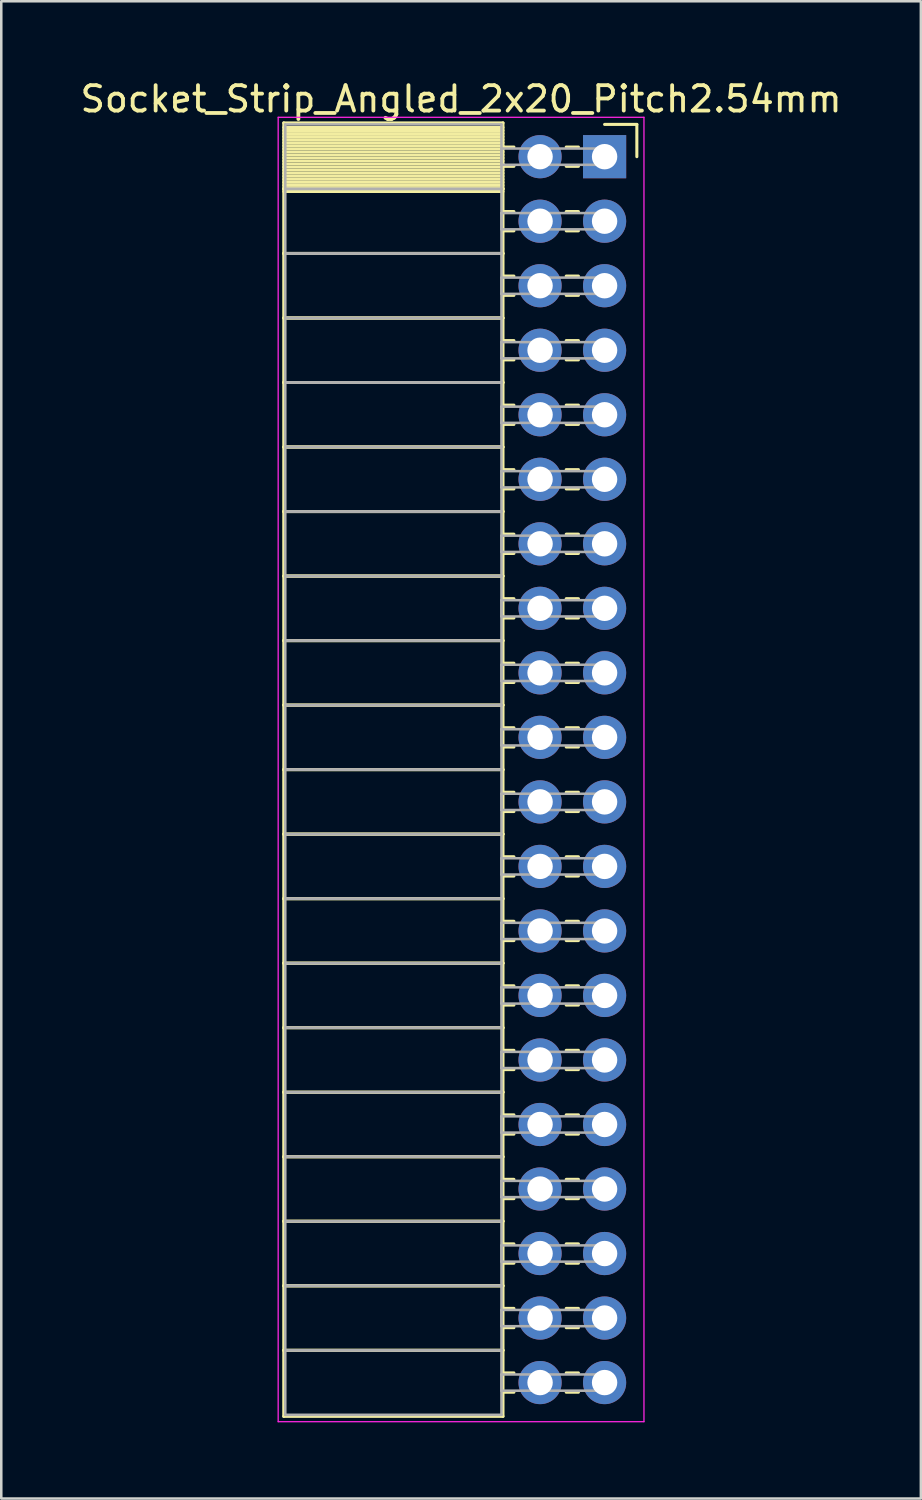
<source format=kicad_pcb>
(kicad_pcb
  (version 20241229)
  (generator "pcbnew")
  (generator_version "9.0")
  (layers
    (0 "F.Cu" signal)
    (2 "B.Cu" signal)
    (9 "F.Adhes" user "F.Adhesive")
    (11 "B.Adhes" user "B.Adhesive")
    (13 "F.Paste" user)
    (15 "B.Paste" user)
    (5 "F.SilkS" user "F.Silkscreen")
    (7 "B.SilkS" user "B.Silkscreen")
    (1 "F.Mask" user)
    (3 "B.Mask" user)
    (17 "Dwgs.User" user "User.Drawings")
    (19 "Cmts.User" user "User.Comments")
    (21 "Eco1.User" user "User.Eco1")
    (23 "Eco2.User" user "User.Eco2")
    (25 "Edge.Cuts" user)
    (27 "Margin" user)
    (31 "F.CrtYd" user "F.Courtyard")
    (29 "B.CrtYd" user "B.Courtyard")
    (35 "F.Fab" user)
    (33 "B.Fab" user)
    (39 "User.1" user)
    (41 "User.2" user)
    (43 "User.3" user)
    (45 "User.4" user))
  (footprint "Socket_Strip_Angled_2x20_Pitch2.54mm"
    (layer "F.Cu")
    (at 20.751 3.118)
    (property "Reference" "Socket_Strip_Angled_2x20_Pitch2.54mm" (at -5.65 -2.27 0) (layer "F.SilkS") (effects (font (size 1 1) (thickness 0.15))))
    (attr through_hole)
    (fp_line (start -12.63 -1.33) (end -4 -1.33) (stroke (width 0.12) (type solid)) (layer "F.SilkS"))
    (fp_line (start -12.63 1.27) (end -12.63 -1.33) (stroke (width 0.12) (type solid)) (layer "F.SilkS"))
    (fp_line (start -12.63 1.27) (end -4 1.27) (stroke (width 0.12) (type solid)) (layer "F.SilkS"))
    (fp_line (start -12.63 3.81) (end -12.63 1.27) (stroke (width 0.12) (type solid)) (layer "F.SilkS"))
    (fp_line (start -12.63 3.81) (end -4 3.81) (stroke (width 0.12) (type solid)) (layer "F.SilkS"))
    (fp_line (start -12.63 6.35) (end -12.63 3.81) (stroke (width 0.12) (type solid)) (layer "F.SilkS"))
    (fp_line (start -12.63 6.35) (end -4 6.35) (stroke (width 0.12) (type solid)) (layer "F.SilkS"))
    (fp_line (start -12.63 8.89) (end -12.63 6.35) (stroke (width 0.12) (type solid)) (layer "F.SilkS"))
    (fp_line (start -12.63 8.89) (end -4 8.89) (stroke (width 0.12) (type solid)) (layer "F.SilkS"))
    (fp_line (start -12.63 11.43) (end -12.63 8.89) (stroke (width 0.12) (type solid)) (layer "F.SilkS"))
    (fp_line (start -12.63 11.43) (end -4 11.43) (stroke (width 0.12) (type solid)) (layer "F.SilkS"))
    (fp_line (start -12.63 13.97) (end -12.63 11.43) (stroke (width 0.12) (type solid)) (layer "F.SilkS"))
    (fp_line (start -12.63 13.97) (end -4 13.97) (stroke (width 0.12) (type solid)) (layer "F.SilkS"))
    (fp_line (start -12.63 16.51) (end -12.63 13.97) (stroke (width 0.12) (type solid)) (layer "F.SilkS"))
    (fp_line (start -12.63 16.51) (end -4 16.51) (stroke (width 0.12) (type solid)) (layer "F.SilkS"))
    (fp_line (start -12.63 19.05) (end -12.63 16.51) (stroke (width 0.12) (type solid)) (layer "F.SilkS"))
    (fp_line (start -12.63 19.05) (end -4 19.05) (stroke (width 0.12) (type solid)) (layer "F.SilkS"))
    (fp_line (start -12.63 21.59) (end -12.63 19.05) (stroke (width 0.12) (type solid)) (layer "F.SilkS"))
    (fp_line (start -12.63 21.59) (end -4 21.59) (stroke (width 0.12) (type solid)) (layer "F.SilkS"))
    (fp_line (start -12.63 24.13) (end -12.63 21.59) (stroke (width 0.12) (type solid)) (layer "F.SilkS"))
    (fp_line (start -12.63 24.13) (end -4 24.13) (stroke (width 0.12) (type solid)) (layer "F.SilkS"))
    (fp_line (start -12.63 26.67) (end -12.63 24.13) (stroke (width 0.12) (type solid)) (layer "F.SilkS"))
    (fp_line (start -12.63 26.67) (end -4 26.67) (stroke (width 0.12) (type solid)) (layer "F.SilkS"))
    (fp_line (start -12.63 29.21) (end -12.63 26.67) (stroke (width 0.12) (type solid)) (layer "F.SilkS"))
    (fp_line (start -12.63 29.21) (end -4 29.21) (stroke (width 0.12) (type solid)) (layer "F.SilkS"))
    (fp_line (start -12.63 31.75) (end -12.63 29.21) (stroke (width 0.12) (type solid)) (layer "F.SilkS"))
    (fp_line (start -12.63 31.75) (end -4 31.75) (stroke (width 0.12) (type solid)) (layer "F.SilkS"))
    (fp_line (start -12.63 34.29) (end -12.63 31.75) (stroke (width 0.12) (type solid)) (layer "F.SilkS"))
    (fp_line (start -12.63 34.29) (end -4 34.29) (stroke (width 0.12) (type solid)) (layer "F.SilkS"))
    (fp_line (start -12.63 36.83) (end -12.63 34.29) (stroke (width 0.12) (type solid)) (layer "F.SilkS"))
    (fp_line (start -12.63 36.83) (end -4 36.83) (stroke (width 0.12) (type solid)) (layer "F.SilkS"))
    (fp_line (start -12.63 39.37) (end -12.63 36.83) (stroke (width 0.12) (type solid)) (layer "F.SilkS"))
    (fp_line (start -12.63 39.37) (end -4 39.37) (stroke (width 0.12) (type solid)) (layer "F.SilkS"))
    (fp_line (start -12.63 41.91) (end -12.63 39.37) (stroke (width 0.12) (type solid)) (layer "F.SilkS"))
    (fp_line (start -12.63 41.91) (end -4 41.91) (stroke (width 0.12) (type solid)) (layer "F.SilkS"))
    (fp_line (start -12.63 44.45) (end -12.63 41.91) (stroke (width 0.12) (type solid)) (layer "F.SilkS"))
    (fp_line (start -12.63 44.45) (end -4 44.45) (stroke (width 0.12) (type solid)) (layer "F.SilkS"))
    (fp_line (start -12.63 46.99) (end -12.63 44.45) (stroke (width 0.12) (type solid)) (layer "F.SilkS"))
    (fp_line (start -12.63 46.99) (end -4 46.99) (stroke (width 0.12) (type solid)) (layer "F.SilkS"))
    (fp_line (start -12.63 49.59) (end -12.63 46.99) (stroke (width 0.12) (type solid)) (layer "F.SilkS"))
    (fp_line (start -4 -1.33) (end -4 1.27) (stroke (width 0.12) (type solid)) (layer "F.SilkS"))
    (fp_line (start -4 -1.15) (end -12.63 -1.15) (stroke (width 0.12) (type solid)) (layer "F.SilkS"))
    (fp_line (start -4 -1.03) (end -12.63 -1.03) (stroke (width 0.12) (type solid)) (layer "F.SilkS"))
    (fp_line (start -4 -0.91) (end -12.63 -0.91) (stroke (width 0.12) (type solid)) (layer "F.SilkS"))
    (fp_line (start -4 -0.79) (end -12.63 -0.79) (stroke (width 0.12) (type solid)) (layer "F.SilkS"))
    (fp_line (start -4 -0.67) (end -12.63 -0.67) (stroke (width 0.12) (type solid)) (layer "F.SilkS"))
    (fp_line (start -4 -0.55) (end -12.63 -0.55) (stroke (width 0.12) (type solid)) (layer "F.SilkS"))
    (fp_line (start -4 -0.43) (end -12.63 -0.43) (stroke (width 0.12) (type solid)) (layer "F.SilkS"))
    (fp_line (start -4 -0.31) (end -12.63 -0.31) (stroke (width 0.12) (type solid)) (layer "F.SilkS"))
    (fp_line (start -4 -0.19) (end -12.63 -0.19) (stroke (width 0.12) (type solid)) (layer "F.SilkS"))
    (fp_line (start -4 -0.07) (end -12.63 -0.07) (stroke (width 0.12) (type solid)) (layer "F.SilkS"))
    (fp_line (start -4 0.05) (end -12.63 0.05) (stroke (width 0.12) (type solid)) (layer "F.SilkS"))
    (fp_line (start -4 0.17) (end -12.63 0.17) (stroke (width 0.12) (type solid)) (layer "F.SilkS"))
    (fp_line (start -4 0.29) (end -12.63 0.29) (stroke (width 0.12) (type solid)) (layer "F.SilkS"))
    (fp_line (start -4 0.41) (end -12.63 0.41) (stroke (width 0.12) (type solid)) (layer "F.SilkS"))
    (fp_line (start -4 0.53) (end -12.63 0.53) (stroke (width 0.12) (type solid)) (layer "F.SilkS"))
    (fp_line (start -4 0.65) (end -12.63 0.65) (stroke (width 0.12) (type solid)) (layer "F.SilkS"))
    (fp_line (start -4 0.77) (end -12.63 0.77) (stroke (width 0.12) (type solid)) (layer "F.SilkS"))
    (fp_line (start -4 0.89) (end -12.63 0.89) (stroke (width 0.12) (type solid)) (layer "F.SilkS"))
    (fp_line (start -4 1.01) (end -12.63 1.01) (stroke (width 0.12) (type solid)) (layer "F.SilkS"))
    (fp_line (start -4 1.13) (end -12.63 1.13) (stroke (width 0.12) (type solid)) (layer "F.SilkS"))
    (fp_line (start -4 1.25) (end -12.63 1.25) (stroke (width 0.12) (type solid)) (layer "F.SilkS"))
    (fp_line (start -4 1.27) (end -12.63 1.27) (stroke (width 0.12) (type solid)) (layer "F.SilkS"))
    (fp_line (start -4 1.27) (end -4 3.81) (stroke (width 0.12) (type solid)) (layer "F.SilkS"))
    (fp_line (start -4 1.37) (end -12.63 1.37) (stroke (width 0.12) (type solid)) (layer "F.SilkS"))
    (fp_line (start -4 3.81) (end -12.63 3.81) (stroke (width 0.12) (type solid)) (layer "F.SilkS"))
    (fp_line (start -4 3.81) (end -4 6.35) (stroke (width 0.12) (type solid)) (layer "F.SilkS"))
    (fp_line (start -4 6.35) (end -12.63 6.35) (stroke (width 0.12) (type solid)) (layer "F.SilkS"))
    (fp_line (start -4 6.35) (end -4 8.89) (stroke (width 0.12) (type solid)) (layer "F.SilkS"))
    (fp_line (start -4 8.89) (end -12.63 8.89) (stroke (width 0.12) (type solid)) (layer "F.SilkS"))
    (fp_line (start -4 8.89) (end -4 11.43) (stroke (width 0.12) (type solid)) (layer "F.SilkS"))
    (fp_line (start -4 11.43) (end -12.63 11.43) (stroke (width 0.12) (type solid)) (layer "F.SilkS"))
    (fp_line (start -4 11.43) (end -4 13.97) (stroke (width 0.12) (type solid)) (layer "F.SilkS"))
    (fp_line (start -4 13.97) (end -12.63 13.97) (stroke (width 0.12) (type solid)) (layer "F.SilkS"))
    (fp_line (start -4 13.97) (end -4 16.51) (stroke (width 0.12) (type solid)) (layer "F.SilkS"))
    (fp_line (start -4 16.51) (end -12.63 16.51) (stroke (width 0.12) (type solid)) (layer "F.SilkS"))
    (fp_line (start -4 16.51) (end -4 19.05) (stroke (width 0.12) (type solid)) (layer "F.SilkS"))
    (fp_line (start -4 19.05) (end -12.63 19.05) (stroke (width 0.12) (type solid)) (layer "F.SilkS"))
    (fp_line (start -4 19.05) (end -4 21.59) (stroke (width 0.12) (type solid)) (layer "F.SilkS"))
    (fp_line (start -4 21.59) (end -12.63 21.59) (stroke (width 0.12) (type solid)) (layer "F.SilkS"))
    (fp_line (start -4 21.59) (end -4 24.13) (stroke (width 0.12) (type solid)) (layer "F.SilkS"))
    (fp_line (start -4 24.13) (end -12.63 24.13) (stroke (width 0.12) (type solid)) (layer "F.SilkS"))
    (fp_line (start -4 24.13) (end -4 26.67) (stroke (width 0.12) (type solid)) (layer "F.SilkS"))
    (fp_line (start -4 26.67) (end -12.63 26.67) (stroke (width 0.12) (type solid)) (layer "F.SilkS"))
    (fp_line (start -4 26.67) (end -4 29.21) (stroke (width 0.12) (type solid)) (layer "F.SilkS"))
    (fp_line (start -4 29.21) (end -12.63 29.21) (stroke (width 0.12) (type solid)) (layer "F.SilkS"))
    (fp_line (start -4 29.21) (end -4 31.75) (stroke (width 0.12) (type solid)) (layer "F.SilkS"))
    (fp_line (start -4 31.75) (end -12.63 31.75) (stroke (width 0.12) (type solid)) (layer "F.SilkS"))
    (fp_line (start -4 31.75) (end -4 34.29) (stroke (width 0.12) (type solid)) (layer "F.SilkS"))
    (fp_line (start -4 34.29) (end -12.63 34.29) (stroke (width 0.12) (type solid)) (layer "F.SilkS"))
    (fp_line (start -4 34.29) (end -4 36.83) (stroke (width 0.12) (type solid)) (layer "F.SilkS"))
    (fp_line (start -4 36.83) (end -12.63 36.83) (stroke (width 0.12) (type solid)) (layer "F.SilkS"))
    (fp_line (start -4 36.83) (end -4 39.37) (stroke (width 0.12) (type solid)) (layer "F.SilkS"))
    (fp_line (start -4 39.37) (end -12.63 39.37) (stroke (width 0.12) (type solid)) (layer "F.SilkS"))
    (fp_line (start -4 39.37) (end -4 41.91) (stroke (width 0.12) (type solid)) (layer "F.SilkS"))
    (fp_line (start -4 41.91) (end -12.63 41.91) (stroke (width 0.12) (type solid)) (layer "F.SilkS"))
    (fp_line (start -4 41.91) (end -4 44.45) (stroke (width 0.12) (type solid)) (layer "F.SilkS"))
    (fp_line (start -4 44.45) (end -12.63 44.45) (stroke (width 0.12) (type solid)) (layer "F.SilkS"))
    (fp_line (start -4 44.45) (end -4 46.99) (stroke (width 0.12) (type solid)) (layer "F.SilkS"))
    (fp_line (start -4 46.99) (end -12.63 46.99) (stroke (width 0.12) (type solid)) (layer "F.SilkS"))
    (fp_line (start -4 46.99) (end -4 49.59) (stroke (width 0.12) (type solid)) (layer "F.SilkS"))
    (fp_line (start -4 49.59) (end -12.63 49.59) (stroke (width 0.12) (type solid)) (layer "F.SilkS"))
    (fp_line (start -3.57 -0.38) (end -4 -0.38) (stroke (width 0.12) (type solid)) (layer "F.SilkS"))
    (fp_line (start -3.57 0.38) (end -4 0.38) (stroke (width 0.12) (type solid)) (layer "F.SilkS"))
    (fp_line (start -3.57 2.16) (end -4 2.16) (stroke (width 0.12) (type solid)) (layer "F.SilkS"))
    (fp_line (start -3.57 2.92) (end -4 2.92) (stroke (width 0.12) (type solid)) (layer "F.SilkS"))
    (fp_line (start -3.57 4.7) (end -4 4.7) (stroke (width 0.12) (type solid)) (layer "F.SilkS"))
    (fp_line (start -3.57 5.46) (end -4 5.46) (stroke (width 0.12) (type solid)) (layer "F.SilkS"))
    (fp_line (start -3.57 7.24) (end -4 7.24) (stroke (width 0.12) (type solid)) (layer "F.SilkS"))
    (fp_line (start -3.57 8) (end -4 8) (stroke (width 0.12) (type solid)) (layer "F.SilkS"))
    (fp_line (start -3.57 9.78) (end -4 9.78) (stroke (width 0.12) (type solid)) (layer "F.SilkS"))
    (fp_line (start -3.57 10.54) (end -4 10.54) (stroke (width 0.12) (type solid)) (layer "F.SilkS"))
    (fp_line (start -3.57 12.32) (end -4 12.32) (stroke (width 0.12) (type solid)) (layer "F.SilkS"))
    (fp_line (start -3.57 13.08) (end -4 13.08) (stroke (width 0.12) (type solid)) (layer "F.SilkS"))
    (fp_line (start -3.57 14.86) (end -4 14.86) (stroke (width 0.12) (type solid)) (layer "F.SilkS"))
    (fp_line (start -3.57 15.62) (end -4 15.62) (stroke (width 0.12) (type solid)) (layer "F.SilkS"))
    (fp_line (start -3.57 17.4) (end -4 17.4) (stroke (width 0.12) (type solid)) (layer "F.SilkS"))
    (fp_line (start -3.57 18.16) (end -4 18.16) (stroke (width 0.12) (type solid)) (layer "F.SilkS"))
    (fp_line (start -3.57 19.94) (end -4 19.94) (stroke (width 0.12) (type solid)) (layer "F.SilkS"))
    (fp_line (start -3.57 20.7) (end -4 20.7) (stroke (width 0.12) (type solid)) (layer "F.SilkS"))
    (fp_line (start -3.57 22.48) (end -4 22.48) (stroke (width 0.12) (type solid)) (layer "F.SilkS"))
    (fp_line (start -3.57 23.24) (end -4 23.24) (stroke (width 0.12) (type solid)) (layer "F.SilkS"))
    (fp_line (start -3.57 25.02) (end -4 25.02) (stroke (width 0.12) (type solid)) (layer "F.SilkS"))
    (fp_line (start -3.57 25.78) (end -4 25.78) (stroke (width 0.12) (type solid)) (layer "F.SilkS"))
    (fp_line (start -3.57 27.56) (end -4 27.56) (stroke (width 0.12) (type solid)) (layer "F.SilkS"))
    (fp_line (start -3.57 28.32) (end -4 28.32) (stroke (width 0.12) (type solid)) (layer "F.SilkS"))
    (fp_line (start -3.57 30.1) (end -4 30.1) (stroke (width 0.12) (type solid)) (layer "F.SilkS"))
    (fp_line (start -3.57 30.86) (end -4 30.86) (stroke (width 0.12) (type solid)) (layer "F.SilkS"))
    (fp_line (start -3.57 32.64) (end -4 32.64) (stroke (width 0.12) (type solid)) (layer "F.SilkS"))
    (fp_line (start -3.57 33.4) (end -4 33.4) (stroke (width 0.12) (type solid)) (layer "F.SilkS"))
    (fp_line (start -3.57 35.18) (end -4 35.18) (stroke (width 0.12) (type solid)) (layer "F.SilkS"))
    (fp_line (start -3.57 35.94) (end -4 35.94) (stroke (width 0.12) (type solid)) (layer "F.SilkS"))
    (fp_line (start -3.57 37.72) (end -4 37.72) (stroke (width 0.12) (type solid)) (layer "F.SilkS"))
    (fp_line (start -3.57 38.48) (end -4 38.48) (stroke (width 0.12) (type solid)) (layer "F.SilkS"))
    (fp_line (start -3.57 40.26) (end -4 40.26) (stroke (width 0.12) (type solid)) (layer "F.SilkS"))
    (fp_line (start -3.57 41.02) (end -4 41.02) (stroke (width 0.12) (type solid)) (layer "F.SilkS"))
    (fp_line (start -3.57 42.8) (end -4 42.8) (stroke (width 0.12) (type solid)) (layer "F.SilkS"))
    (fp_line (start -3.57 43.56) (end -4 43.56) (stroke (width 0.12) (type solid)) (layer "F.SilkS"))
    (fp_line (start -3.57 45.34) (end -4 45.34) (stroke (width 0.12) (type solid)) (layer "F.SilkS"))
    (fp_line (start -3.57 46.1) (end -4 46.1) (stroke (width 0.12) (type solid)) (layer "F.SilkS"))
    (fp_line (start -3.57 47.88) (end -4 47.88) (stroke (width 0.12) (type solid)) (layer "F.SilkS"))
    (fp_line (start -3.57 48.64) (end -4 48.64) (stroke (width 0.12) (type solid)) (layer "F.SilkS"))
    (fp_line (start -1.03 -0.38) (end -1.51 -0.38) (stroke (width 0.12) (type solid)) (layer "F.SilkS"))
    (fp_line (start -1.03 0.38) (end -1.51 0.38) (stroke (width 0.12) (type solid)) (layer "F.SilkS"))
    (fp_line (start -1.03 2.16) (end -1.51 2.16) (stroke (width 0.12) (type solid)) (layer "F.SilkS"))
    (fp_line (start -1.03 2.92) (end -1.51 2.92) (stroke (width 0.12) (type solid)) (layer "F.SilkS"))
    (fp_line (start -1.03 4.7) (end -1.51 4.7) (stroke (width 0.12) (type solid)) (layer "F.SilkS"))
    (fp_line (start -1.03 5.46) (end -1.51 5.46) (stroke (width 0.12) (type solid)) (layer "F.SilkS"))
    (fp_line (start -1.03 7.24) (end -1.51 7.24) (stroke (width 0.12) (type solid)) (layer "F.SilkS"))
    (fp_line (start -1.03 8) (end -1.51 8) (stroke (width 0.12) (type solid)) (layer "F.SilkS"))
    (fp_line (start -1.03 9.78) (end -1.51 9.78) (stroke (width 0.12) (type solid)) (layer "F.SilkS"))
    (fp_line (start -1.03 10.54) (end -1.51 10.54) (stroke (width 0.12) (type solid)) (layer "F.SilkS"))
    (fp_line (start -1.03 12.32) (end -1.51 12.32) (stroke (width 0.12) (type solid)) (layer "F.SilkS"))
    (fp_line (start -1.03 13.08) (end -1.51 13.08) (stroke (width 0.12) (type solid)) (layer "F.SilkS"))
    (fp_line (start -1.03 14.86) (end -1.51 14.86) (stroke (width 0.12) (type solid)) (layer "F.SilkS"))
    (fp_line (start -1.03 15.62) (end -1.51 15.62) (stroke (width 0.12) (type solid)) (layer "F.SilkS"))
    (fp_line (start -1.03 17.4) (end -1.51 17.4) (stroke (width 0.12) (type solid)) (layer "F.SilkS"))
    (fp_line (start -1.03 18.16) (end -1.51 18.16) (stroke (width 0.12) (type solid)) (layer "F.SilkS"))
    (fp_line (start -1.03 19.94) (end -1.51 19.94) (stroke (width 0.12) (type solid)) (layer "F.SilkS"))
    (fp_line (start -1.03 20.7) (end -1.51 20.7) (stroke (width 0.12) (type solid)) (layer "F.SilkS"))
    (fp_line (start -1.03 22.48) (end -1.51 22.48) (stroke (width 0.12) (type solid)) (layer "F.SilkS"))
    (fp_line (start -1.03 23.24) (end -1.51 23.24) (stroke (width 0.12) (type solid)) (layer "F.SilkS"))
    (fp_line (start -1.03 25.02) (end -1.51 25.02) (stroke (width 0.12) (type solid)) (layer "F.SilkS"))
    (fp_line (start -1.03 25.78) (end -1.51 25.78) (stroke (width 0.12) (type solid)) (layer "F.SilkS"))
    (fp_line (start -1.03 27.56) (end -1.51 27.56) (stroke (width 0.12) (type solid)) (layer "F.SilkS"))
    (fp_line (start -1.03 28.32) (end -1.51 28.32) (stroke (width 0.12) (type solid)) (layer "F.SilkS"))
    (fp_line (start -1.03 30.1) (end -1.51 30.1) (stroke (width 0.12) (type solid)) (layer "F.SilkS"))
    (fp_line (start -1.03 30.86) (end -1.51 30.86) (stroke (width 0.12) (type solid)) (layer "F.SilkS"))
    (fp_line (start -1.03 32.64) (end -1.51 32.64) (stroke (width 0.12) (type solid)) (layer "F.SilkS"))
    (fp_line (start -1.03 33.4) (end -1.51 33.4) (stroke (width 0.12) (type solid)) (layer "F.SilkS"))
    (fp_line (start -1.03 35.18) (end -1.51 35.18) (stroke (width 0.12) (type solid)) (layer "F.SilkS"))
    (fp_line (start -1.03 35.94) (end -1.51 35.94) (stroke (width 0.12) (type solid)) (layer "F.SilkS"))
    (fp_line (start -1.03 37.72) (end -1.51 37.72) (stroke (width 0.12) (type solid)) (layer "F.SilkS"))
    (fp_line (start -1.03 38.48) (end -1.51 38.48) (stroke (width 0.12) (type solid)) (layer "F.SilkS"))
    (fp_line (start -1.03 40.26) (end -1.51 40.26) (stroke (width 0.12) (type solid)) (layer "F.SilkS"))
    (fp_line (start -1.03 41.02) (end -1.51 41.02) (stroke (width 0.12) (type solid)) (layer "F.SilkS"))
    (fp_line (start -1.03 42.8) (end -1.51 42.8) (stroke (width 0.12) (type solid)) (layer "F.SilkS"))
    (fp_line (start -1.03 43.56) (end -1.51 43.56) (stroke (width 0.12) (type solid)) (layer "F.SilkS"))
    (fp_line (start -1.03 45.34) (end -1.51 45.34) (stroke (width 0.12) (type solid)) (layer "F.SilkS"))
    (fp_line (start -1.03 46.1) (end -1.51 46.1) (stroke (width 0.12) (type solid)) (layer "F.SilkS"))
    (fp_line (start -1.03 47.88) (end -1.51 47.88) (stroke (width 0.12) (type solid)) (layer "F.SilkS"))
    (fp_line (start -1.03 48.64) (end -1.51 48.64) (stroke (width 0.12) (type solid)) (layer "F.SilkS"))
    (fp_line (start 0 -1.27) (end 1.27 -1.27) (stroke (width 0.12) (type solid)) (layer "F.SilkS"))
    (fp_line (start 1.27 -1.27) (end 1.27 0) (stroke (width 0.12) (type solid)) (layer "F.SilkS"))
    (fp_line (start -12.85 -1.55) (end 1.55 -1.55) (stroke (width 0.05) (type solid)) (layer "F.CrtYd"))
    (fp_line (start -12.85 49.8) (end -12.85 -1.55) (stroke (width 0.05) (type solid)) (layer "F.CrtYd"))
    (fp_line (start 1.55 -1.55) (end 1.55 49.8) (stroke (width 0.05) (type solid)) (layer "F.CrtYd"))
    (fp_line (start 1.55 49.8) (end -12.85 49.8) (stroke (width 0.05) (type solid)) (layer "F.CrtYd"))
    (fp_line (start -12.57 -1.27) (end -4.06 -1.27) (stroke (width 0.1) (type solid)) (layer "F.Fab"))
    (fp_line (start -12.57 1.27) (end -12.57 -1.27) (stroke (width 0.1) (type solid)) (layer "F.Fab"))
    (fp_line (start -12.57 1.27) (end -4.06 1.27) (stroke (width 0.1) (type solid)) (layer "F.Fab"))
    (fp_line (start -12.57 3.81) (end -12.57 1.27) (stroke (width 0.1) (type solid)) (layer "F.Fab"))
    (fp_line (start -12.57 3.81) (end -4.06 3.81) (stroke (width 0.1) (type solid)) (layer "F.Fab"))
    (fp_line (start -12.57 6.35) (end -12.57 3.81) (stroke (width 0.1) (type solid)) (layer "F.Fab"))
    (fp_line (start -12.57 6.35) (end -4.06 6.35) (stroke (width 0.1) (type solid)) (layer "F.Fab"))
    (fp_line (start -12.57 8.89) (end -12.57 6.35) (stroke (width 0.1) (type solid)) (layer "F.Fab"))
    (fp_line (start -12.57 8.89) (end -4.06 8.89) (stroke (width 0.1) (type solid)) (layer "F.Fab"))
    (fp_line (start -12.57 11.43) (end -12.57 8.89) (stroke (width 0.1) (type solid)) (layer "F.Fab"))
    (fp_line (start -12.57 11.43) (end -4.06 11.43) (stroke (width 0.1) (type solid)) (layer "F.Fab"))
    (fp_line (start -12.57 13.97) (end -12.57 11.43) (stroke (width 0.1) (type solid)) (layer "F.Fab"))
    (fp_line (start -12.57 13.97) (end -4.06 13.97) (stroke (width 0.1) (type solid)) (layer "F.Fab"))
    (fp_line (start -12.57 16.51) (end -12.57 13.97) (stroke (width 0.1) (type solid)) (layer "F.Fab"))
    (fp_line (start -12.57 16.51) (end -4.06 16.51) (stroke (width 0.1) (type solid)) (layer "F.Fab"))
    (fp_line (start -12.57 19.05) (end -12.57 16.51) (stroke (width 0.1) (type solid)) (layer "F.Fab"))
    (fp_line (start -12.57 19.05) (end -4.06 19.05) (stroke (width 0.1) (type solid)) (layer "F.Fab"))
    (fp_line (start -12.57 21.59) (end -12.57 19.05) (stroke (width 0.1) (type solid)) (layer "F.Fab"))
    (fp_line (start -12.57 21.59) (end -4.06 21.59) (stroke (width 0.1) (type solid)) (layer "F.Fab"))
    (fp_line (start -12.57 24.13) (end -12.57 21.59) (stroke (width 0.1) (type solid)) (layer "F.Fab"))
    (fp_line (start -12.57 24.13) (end -4.06 24.13) (stroke (width 0.1) (type solid)) (layer "F.Fab"))
    (fp_line (start -12.57 26.67) (end -12.57 24.13) (stroke (width 0.1) (type solid)) (layer "F.Fab"))
    (fp_line (start -12.57 26.67) (end -4.06 26.67) (stroke (width 0.1) (type solid)) (layer "F.Fab"))
    (fp_line (start -12.57 29.21) (end -12.57 26.67) (stroke (width 0.1) (type solid)) (layer "F.Fab"))
    (fp_line (start -12.57 29.21) (end -4.06 29.21) (stroke (width 0.1) (type solid)) (layer "F.Fab"))
    (fp_line (start -12.57 31.75) (end -12.57 29.21) (stroke (width 0.1) (type solid)) (layer "F.Fab"))
    (fp_line (start -12.57 31.75) (end -4.06 31.75) (stroke (width 0.1) (type solid)) (layer "F.Fab"))
    (fp_line (start -12.57 34.29) (end -12.57 31.75) (stroke (width 0.1) (type solid)) (layer "F.Fab"))
    (fp_line (start -12.57 34.29) (end -4.06 34.29) (stroke (width 0.1) (type solid)) (layer "F.Fab"))
    (fp_line (start -12.57 36.83) (end -12.57 34.29) (stroke (width 0.1) (type solid)) (layer "F.Fab"))
    (fp_line (start -12.57 36.83) (end -4.06 36.83) (stroke (width 0.1) (type solid)) (layer "F.Fab"))
    (fp_line (start -12.57 39.37) (end -12.57 36.83) (stroke (width 0.1) (type solid)) (layer "F.Fab"))
    (fp_line (start -12.57 39.37) (end -4.06 39.37) (stroke (width 0.1) (type solid)) (layer "F.Fab"))
    (fp_line (start -12.57 41.91) (end -12.57 39.37) (stroke (width 0.1) (type solid)) (layer "F.Fab"))
    (fp_line (start -12.57 41.91) (end -4.06 41.91) (stroke (width 0.1) (type solid)) (layer "F.Fab"))
    (fp_line (start -12.57 44.45) (end -12.57 41.91) (stroke (width 0.1) (type solid)) (layer "F.Fab"))
    (fp_line (start -12.57 44.45) (end -4.06 44.45) (stroke (width 0.1) (type solid)) (layer "F.Fab"))
    (fp_line (start -12.57 46.99) (end -12.57 44.45) (stroke (width 0.1) (type solid)) (layer "F.Fab"))
    (fp_line (start -12.57 46.99) (end -4.06 46.99) (stroke (width 0.1) (type solid)) (layer "F.Fab"))
    (fp_line (start -12.57 49.53) (end -12.57 46.99) (stroke (width 0.1) (type solid)) (layer "F.Fab"))
    (fp_line (start -4.06 -1.27) (end -4.06 1.27) (stroke (width 0.1) (type solid)) (layer "F.Fab"))
    (fp_line (start -4.06 -0.32) (end 0 -0.32) (stroke (width 0.1) (type solid)) (layer "F.Fab"))
    (fp_line (start -4.06 0.32) (end -4.06 -0.32) (stroke (width 0.1) (type solid)) (layer "F.Fab"))
    (fp_line (start -4.06 1.27) (end -12.57 1.27) (stroke (width 0.1) (type solid)) (layer "F.Fab"))
    (fp_line (start -4.06 1.27) (end -4.06 3.81) (stroke (width 0.1) (type solid)) (layer "F.Fab"))
    (fp_line (start -4.06 2.22) (end 0 2.22) (stroke (width 0.1) (type solid)) (layer "F.Fab"))
    (fp_line (start -4.06 2.86) (end -4.06 2.22) (stroke (width 0.1) (type solid)) (layer "F.Fab"))
    (fp_line (start -4.06 3.81) (end -12.57 3.81) (stroke (width 0.1) (type solid)) (layer "F.Fab"))
    (fp_line (start -4.06 3.81) (end -4.06 6.35) (stroke (width 0.1) (type solid)) (layer "F.Fab"))
    (fp_line (start -4.06 4.76) (end 0 4.76) (stroke (width 0.1) (type solid)) (layer "F.Fab"))
    (fp_line (start -4.06 5.4) (end -4.06 4.76) (stroke (width 0.1) (type solid)) (layer "F.Fab"))
    (fp_line (start -4.06 6.35) (end -12.57 6.35) (stroke (width 0.1) (type solid)) (layer "F.Fab"))
    (fp_line (start -4.06 6.35) (end -4.06 8.89) (stroke (width 0.1) (type solid)) (layer "F.Fab"))
    (fp_line (start -4.06 7.3) (end 0 7.3) (stroke (width 0.1) (type solid)) (layer "F.Fab"))
    (fp_line (start -4.06 7.94) (end -4.06 7.3) (stroke (width 0.1) (type solid)) (layer "F.Fab"))
    (fp_line (start -4.06 8.89) (end -12.57 8.89) (stroke (width 0.1) (type solid)) (layer "F.Fab"))
    (fp_line (start -4.06 8.89) (end -4.06 11.43) (stroke (width 0.1) (type solid)) (layer "F.Fab"))
    (fp_line (start -4.06 9.84) (end 0 9.84) (stroke (width 0.1) (type solid)) (layer "F.Fab"))
    (fp_line (start -4.06 10.48) (end -4.06 9.84) (stroke (width 0.1) (type solid)) (layer "F.Fab"))
    (fp_line (start -4.06 11.43) (end -12.57 11.43) (stroke (width 0.1) (type solid)) (layer "F.Fab"))
    (fp_line (start -4.06 11.43) (end -4.06 13.97) (stroke (width 0.1) (type solid)) (layer "F.Fab"))
    (fp_line (start -4.06 12.38) (end 0 12.38) (stroke (width 0.1) (type solid)) (layer "F.Fab"))
    (fp_line (start -4.06 13.02) (end -4.06 12.38) (stroke (width 0.1) (type solid)) (layer "F.Fab"))
    (fp_line (start -4.06 13.97) (end -12.57 13.97) (stroke (width 0.1) (type solid)) (layer "F.Fab"))
    (fp_line (start -4.06 13.97) (end -4.06 16.51) (stroke (width 0.1) (type solid)) (layer "F.Fab"))
    (fp_line (start -4.06 14.92) (end 0 14.92) (stroke (width 0.1) (type solid)) (layer "F.Fab"))
    (fp_line (start -4.06 15.56) (end -4.06 14.92) (stroke (width 0.1) (type solid)) (layer "F.Fab"))
    (fp_line (start -4.06 16.51) (end -12.57 16.51) (stroke (width 0.1) (type solid)) (layer "F.Fab"))
    (fp_line (start -4.06 16.51) (end -4.06 19.05) (stroke (width 0.1) (type solid)) (layer "F.Fab"))
    (fp_line (start -4.06 17.46) (end 0 17.46) (stroke (width 0.1) (type solid)) (layer "F.Fab"))
    (fp_line (start -4.06 18.1) (end -4.06 17.46) (stroke (width 0.1) (type solid)) (layer "F.Fab"))
    (fp_line (start -4.06 19.05) (end -12.57 19.05) (stroke (width 0.1) (type solid)) (layer "F.Fab"))
    (fp_line (start -4.06 19.05) (end -4.06 21.59) (stroke (width 0.1) (type solid)) (layer "F.Fab"))
    (fp_line (start -4.06 20) (end 0 20) (stroke (width 0.1) (type solid)) (layer "F.Fab"))
    (fp_line (start -4.06 20.64) (end -4.06 20) (stroke (width 0.1) (type solid)) (layer "F.Fab"))
    (fp_line (start -4.06 21.59) (end -12.57 21.59) (stroke (width 0.1) (type solid)) (layer "F.Fab"))
    (fp_line (start -4.06 21.59) (end -4.06 24.13) (stroke (width 0.1) (type solid)) (layer "F.Fab"))
    (fp_line (start -4.06 22.54) (end 0 22.54) (stroke (width 0.1) (type solid)) (layer "F.Fab"))
    (fp_line (start -4.06 23.18) (end -4.06 22.54) (stroke (width 0.1) (type solid)) (layer "F.Fab"))
    (fp_line (start -4.06 24.13) (end -12.57 24.13) (stroke (width 0.1) (type solid)) (layer "F.Fab"))
    (fp_line (start -4.06 24.13) (end -4.06 26.67) (stroke (width 0.1) (type solid)) (layer "F.Fab"))
    (fp_line (start -4.06 25.08) (end 0 25.08) (stroke (width 0.1) (type solid)) (layer "F.Fab"))
    (fp_line (start -4.06 25.72) (end -4.06 25.08) (stroke (width 0.1) (type solid)) (layer "F.Fab"))
    (fp_line (start -4.06 26.67) (end -12.57 26.67) (stroke (width 0.1) (type solid)) (layer "F.Fab"))
    (fp_line (start -4.06 26.67) (end -4.06 29.21) (stroke (width 0.1) (type solid)) (layer "F.Fab"))
    (fp_line (start -4.06 27.62) (end 0 27.62) (stroke (width 0.1) (type solid)) (layer "F.Fab"))
    (fp_line (start -4.06 28.26) (end -4.06 27.62) (stroke (width 0.1) (type solid)) (layer "F.Fab"))
    (fp_line (start -4.06 29.21) (end -12.57 29.21) (stroke (width 0.1) (type solid)) (layer "F.Fab"))
    (fp_line (start -4.06 29.21) (end -4.06 31.75) (stroke (width 0.1) (type solid)) (layer "F.Fab"))
    (fp_line (start -4.06 30.16) (end 0 30.16) (stroke (width 0.1) (type solid)) (layer "F.Fab"))
    (fp_line (start -4.06 30.8) (end -4.06 30.16) (stroke (width 0.1) (type solid)) (layer "F.Fab"))
    (fp_line (start -4.06 31.75) (end -12.57 31.75) (stroke (width 0.1) (type solid)) (layer "F.Fab"))
    (fp_line (start -4.06 31.75) (end -4.06 34.29) (stroke (width 0.1) (type solid)) (layer "F.Fab"))
    (fp_line (start -4.06 32.7) (end 0 32.7) (stroke (width 0.1) (type solid)) (layer "F.Fab"))
    (fp_line (start -4.06 33.34) (end -4.06 32.7) (stroke (width 0.1) (type solid)) (layer "F.Fab"))
    (fp_line (start -4.06 34.29) (end -12.57 34.29) (stroke (width 0.1) (type solid)) (layer "F.Fab"))
    (fp_line (start -4.06 34.29) (end -4.06 36.83) (stroke (width 0.1) (type solid)) (layer "F.Fab"))
    (fp_line (start -4.06 35.24) (end 0 35.24) (stroke (width 0.1) (type solid)) (layer "F.Fab"))
    (fp_line (start -4.06 35.88) (end -4.06 35.24) (stroke (width 0.1) (type solid)) (layer "F.Fab"))
    (fp_line (start -4.06 36.83) (end -12.57 36.83) (stroke (width 0.1) (type solid)) (layer "F.Fab"))
    (fp_line (start -4.06 36.83) (end -4.06 39.37) (stroke (width 0.1) (type solid)) (layer "F.Fab"))
    (fp_line (start -4.06 37.78) (end 0 37.78) (stroke (width 0.1) (type solid)) (layer "F.Fab"))
    (fp_line (start -4.06 38.42) (end -4.06 37.78) (stroke (width 0.1) (type solid)) (layer "F.Fab"))
    (fp_line (start -4.06 39.37) (end -12.57 39.37) (stroke (width 0.1) (type solid)) (layer "F.Fab"))
    (fp_line (start -4.06 39.37) (end -4.06 41.91) (stroke (width 0.1) (type solid)) (layer "F.Fab"))
    (fp_line (start -4.06 40.32) (end 0 40.32) (stroke (width 0.1) (type solid)) (layer "F.Fab"))
    (fp_line (start -4.06 40.96) (end -4.06 40.32) (stroke (width 0.1) (type solid)) (layer "F.Fab"))
    (fp_line (start -4.06 41.91) (end -12.57 41.91) (stroke (width 0.1) (type solid)) (layer "F.Fab"))
    (fp_line (start -4.06 41.91) (end -4.06 44.45) (stroke (width 0.1) (type solid)) (layer "F.Fab"))
    (fp_line (start -4.06 42.86) (end 0 42.86) (stroke (width 0.1) (type solid)) (layer "F.Fab"))
    (fp_line (start -4.06 43.5) (end -4.06 42.86) (stroke (width 0.1) (type solid)) (layer "F.Fab"))
    (fp_line (start -4.06 44.45) (end -12.57 44.45) (stroke (width 0.1) (type solid)) (layer "F.Fab"))
    (fp_line (start -4.06 44.45) (end -4.06 46.99) (stroke (width 0.1) (type solid)) (layer "F.Fab"))
    (fp_line (start -4.06 45.4) (end 0 45.4) (stroke (width 0.1) (type solid)) (layer "F.Fab"))
    (fp_line (start -4.06 46.04) (end -4.06 45.4) (stroke (width 0.1) (type solid)) (layer "F.Fab"))
    (fp_line (start -4.06 46.99) (end -12.57 46.99) (stroke (width 0.1) (type solid)) (layer "F.Fab"))
    (fp_line (start -4.06 46.99) (end -4.06 49.53) (stroke (width 0.1) (type solid)) (layer "F.Fab"))
    (fp_line (start -4.06 47.94) (end 0 47.94) (stroke (width 0.1) (type solid)) (layer "F.Fab"))
    (fp_line (start -4.06 48.58) (end -4.06 47.94) (stroke (width 0.1) (type solid)) (layer "F.Fab"))
    (fp_line (start -4.06 49.53) (end -12.57 49.53) (stroke (width 0.1) (type solid)) (layer "F.Fab"))
    (fp_line (start 0 -0.32) (end 0 0.32) (stroke (width 0.1) (type solid)) (layer "F.Fab"))
    (fp_line (start 0 0.32) (end -4.06 0.32) (stroke (width 0.1) (type solid)) (layer "F.Fab"))
    (fp_line (start 0 2.22) (end 0 2.86) (stroke (width 0.1) (type solid)) (layer "F.Fab"))
    (fp_line (start 0 2.86) (end -4.06 2.86) (stroke (width 0.1) (type solid)) (layer "F.Fab"))
    (fp_line (start 0 4.76) (end 0 5.4) (stroke (width 0.1) (type solid)) (layer "F.Fab"))
    (fp_line (start 0 5.4) (end -4.06 5.4) (stroke (width 0.1) (type solid)) (layer "F.Fab"))
    (fp_line (start 0 7.3) (end 0 7.94) (stroke (width 0.1) (type solid)) (layer "F.Fab"))
    (fp_line (start 0 7.94) (end -4.06 7.94) (stroke (width 0.1) (type solid)) (layer "F.Fab"))
    (fp_line (start 0 9.84) (end 0 10.48) (stroke (width 0.1) (type solid)) (layer "F.Fab"))
    (fp_line (start 0 10.48) (end -4.06 10.48) (stroke (width 0.1) (type solid)) (layer "F.Fab"))
    (fp_line (start 0 12.38) (end 0 13.02) (stroke (width 0.1) (type solid)) (layer "F.Fab"))
    (fp_line (start 0 13.02) (end -4.06 13.02) (stroke (width 0.1) (type solid)) (layer "F.Fab"))
    (fp_line (start 0 14.92) (end 0 15.56) (stroke (width 0.1) (type solid)) (layer "F.Fab"))
    (fp_line (start 0 15.56) (end -4.06 15.56) (stroke (width 0.1) (type solid)) (layer "F.Fab"))
    (fp_line (start 0 17.46) (end 0 18.1) (stroke (width 0.1) (type solid)) (layer "F.Fab"))
    (fp_line (start 0 18.1) (end -4.06 18.1) (stroke (width 0.1) (type solid)) (layer "F.Fab"))
    (fp_line (start 0 20) (end 0 20.64) (stroke (width 0.1) (type solid)) (layer "F.Fab"))
    (fp_line (start 0 20.64) (end -4.06 20.64) (stroke (width 0.1) (type solid)) (layer "F.Fab"))
    (fp_line (start 0 22.54) (end 0 23.18) (stroke (width 0.1) (type solid)) (layer "F.Fab"))
    (fp_line (start 0 23.18) (end -4.06 23.18) (stroke (width 0.1) (type solid)) (layer "F.Fab"))
    (fp_line (start 0 25.08) (end 0 25.72) (stroke (width 0.1) (type solid)) (layer "F.Fab"))
    (fp_line (start 0 25.72) (end -4.06 25.72) (stroke (width 0.1) (type solid)) (layer "F.Fab"))
    (fp_line (start 0 27.62) (end 0 28.26) (stroke (width 0.1) (type solid)) (layer "F.Fab"))
    (fp_line (start 0 28.26) (end -4.06 28.26) (stroke (width 0.1) (type solid)) (layer "F.Fab"))
    (fp_line (start 0 30.16) (end 0 30.8) (stroke (width 0.1) (type solid)) (layer "F.Fab"))
    (fp_line (start 0 30.8) (end -4.06 30.8) (stroke (width 0.1) (type solid)) (layer "F.Fab"))
    (fp_line (start 0 32.7) (end 0 33.34) (stroke (width 0.1) (type solid)) (layer "F.Fab"))
    (fp_line (start 0 33.34) (end -4.06 33.34) (stroke (width 0.1) (type solid)) (layer "F.Fab"))
    (fp_line (start 0 35.24) (end 0 35.88) (stroke (width 0.1) (type solid)) (layer "F.Fab"))
    (fp_line (start 0 35.88) (end -4.06 35.88) (stroke (width 0.1) (type solid)) (layer "F.Fab"))
    (fp_line (start 0 37.78) (end 0 38.42) (stroke (width 0.1) (type solid)) (layer "F.Fab"))
    (fp_line (start 0 38.42) (end -4.06 38.42) (stroke (width 0.1) (type solid)) (layer "F.Fab"))
    (fp_line (start 0 40.32) (end 0 40.96) (stroke (width 0.1) (type solid)) (layer "F.Fab"))
    (fp_line (start 0 40.96) (end -4.06 40.96) (stroke (width 0.1) (type solid)) (layer "F.Fab"))
    (fp_line (start 0 42.86) (end 0 43.5) (stroke (width 0.1) (type solid)) (layer "F.Fab"))
    (fp_line (start 0 43.5) (end -4.06 43.5) (stroke (width 0.1) (type solid)) (layer "F.Fab"))
    (fp_line (start 0 45.4) (end 0 46.04) (stroke (width 0.1) (type solid)) (layer "F.Fab"))
    (fp_line (start 0 46.04) (end -4.06 46.04) (stroke (width 0.1) (type solid)) (layer "F.Fab"))
    (fp_line (start 0 47.94) (end 0 48.58) (stroke (width 0.1) (type solid)) (layer "F.Fab"))
    (fp_line (start 0 48.58) (end -4.06 48.58) (stroke (width 0.1) (type solid)) (layer "F.Fab"))
    (pad "1" thru_hole rect (at 0 0) (size 1.7 1.7) (drill 1) (layers "*.Cu" "*.Mask"))
    (pad "2" thru_hole oval (at -2.54 0) (size 1.7 1.7) (drill 1) (layers "*.Cu" "*.Mask"))
    (pad "3" thru_hole oval (at 0 2.54) (size 1.7 1.7) (drill 1) (layers "*.Cu" "*.Mask"))
    (pad "4" thru_hole oval (at -2.54 2.54) (size 1.7 1.7) (drill 1) (layers "*.Cu" "*.Mask"))
    (pad "5" thru_hole oval (at 0 5.08) (size 1.7 1.7) (drill 1) (layers "*.Cu" "*.Mask"))
    (pad "6" thru_hole oval (at -2.54 5.08) (size 1.7 1.7) (drill 1) (layers "*.Cu" "*.Mask"))
    (pad "7" thru_hole oval (at 0 7.62) (size 1.7 1.7) (drill 1) (layers "*.Cu" "*.Mask"))
    (pad "8" thru_hole oval (at -2.54 7.62) (size 1.7 1.7) (drill 1) (layers "*.Cu" "*.Mask"))
    (pad "9" thru_hole oval (at 0 10.16) (size 1.7 1.7) (drill 1) (layers "*.Cu" "*.Mask"))
    (pad "10" thru_hole oval (at -2.54 10.16) (size 1.7 1.7) (drill 1) (layers "*.Cu" "*.Mask"))
    (pad "11" thru_hole oval (at 0 12.7) (size 1.7 1.7) (drill 1) (layers "*.Cu" "*.Mask"))
    (pad "12" thru_hole oval (at -2.54 12.7) (size 1.7 1.7) (drill 1) (layers "*.Cu" "*.Mask"))
    (pad "13" thru_hole oval (at 0 15.24) (size 1.7 1.7) (drill 1) (layers "*.Cu" "*.Mask"))
    (pad "14" thru_hole oval (at -2.54 15.24) (size 1.7 1.7) (drill 1) (layers "*.Cu" "*.Mask"))
    (pad "15" thru_hole oval (at 0 17.78) (size 1.7 1.7) (drill 1) (layers "*.Cu" "*.Mask"))
    (pad "16" thru_hole oval (at -2.54 17.78) (size 1.7 1.7) (drill 1) (layers "*.Cu" "*.Mask"))
    (pad "17" thru_hole oval (at 0 20.32) (size 1.7 1.7) (drill 1) (layers "*.Cu" "*.Mask"))
    (pad "18" thru_hole oval (at -2.54 20.32) (size 1.7 1.7) (drill 1) (layers "*.Cu" "*.Mask"))
    (pad "19" thru_hole oval (at 0 22.86) (size 1.7 1.7) (drill 1) (layers "*.Cu" "*.Mask"))
    (pad "20" thru_hole oval (at -2.54 22.86) (size 1.7 1.7) (drill 1) (layers "*.Cu" "*.Mask"))
    (pad "21" thru_hole oval (at 0 25.4) (size 1.7 1.7) (drill 1) (layers "*.Cu" "*.Mask"))
    (pad "22" thru_hole oval (at -2.54 25.4) (size 1.7 1.7) (drill 1) (layers "*.Cu" "*.Mask"))
    (pad "23" thru_hole oval (at 0 27.94) (size 1.7 1.7) (drill 1) (layers "*.Cu" "*.Mask"))
    (pad "24" thru_hole oval (at -2.54 27.94) (size 1.7 1.7) (drill 1) (layers "*.Cu" "*.Mask"))
    (pad "25" thru_hole oval (at 0 30.48) (size 1.7 1.7) (drill 1) (layers "*.Cu" "*.Mask"))
    (pad "26" thru_hole oval (at -2.54 30.48) (size 1.7 1.7) (drill 1) (layers "*.Cu" "*.Mask"))
    (pad "27" thru_hole oval (at 0 33.02) (size 1.7 1.7) (drill 1) (layers "*.Cu" "*.Mask"))
    (pad "28" thru_hole oval (at -2.54 33.02) (size 1.7 1.7) (drill 1) (layers "*.Cu" "*.Mask"))
    (pad "29" thru_hole oval (at 0 35.56) (size 1.7 1.7) (drill 1) (layers "*.Cu" "*.Mask"))
    (pad "30" thru_hole oval (at -2.54 35.56) (size 1.7 1.7) (drill 1) (layers "*.Cu" "*.Mask"))
    (pad "31" thru_hole oval (at 0 38.1) (size 1.7 1.7) (drill 1) (layers "*.Cu" "*.Mask"))
    (pad "32" thru_hole oval (at -2.54 38.1) (size 1.7 1.7) (drill 1) (layers "*.Cu" "*.Mask"))
    (pad "33" thru_hole oval (at 0 40.64) (size 1.7 1.7) (drill 1) (layers "*.Cu" "*.Mask"))
    (pad "34" thru_hole oval (at -2.54 40.64) (size 1.7 1.7) (drill 1) (layers "*.Cu" "*.Mask"))
    (pad "35" thru_hole oval (at 0 43.18) (size 1.7 1.7) (drill 1) (layers "*.Cu" "*.Mask"))
    (pad "36" thru_hole oval (at -2.54 43.18) (size 1.7 1.7) (drill 1) (layers "*.Cu" "*.Mask"))
    (pad "37" thru_hole oval (at 0 45.72) (size 1.7 1.7) (drill 1) (layers "*.Cu" "*.Mask"))
    (pad "38" thru_hole oval (at -2.54 45.72) (size 1.7 1.7) (drill 1) (layers "*.Cu" "*.Mask"))
    (pad "39" thru_hole oval (at 0 48.26) (size 1.7 1.7) (drill 1) (layers "*.Cu" "*.Mask"))
    (pad "40" thru_hole oval (at -2.54 48.26) (size 1.7 1.7) (drill 1) (layers "*.Cu" "*.Mask")))
  (gr_rect
    (start -3 -3)
    (end 33.202 55.943)
    (stroke (width 0.1) (type default))
    (fill no)
    (layer "Edge.Cuts")))
</source>
